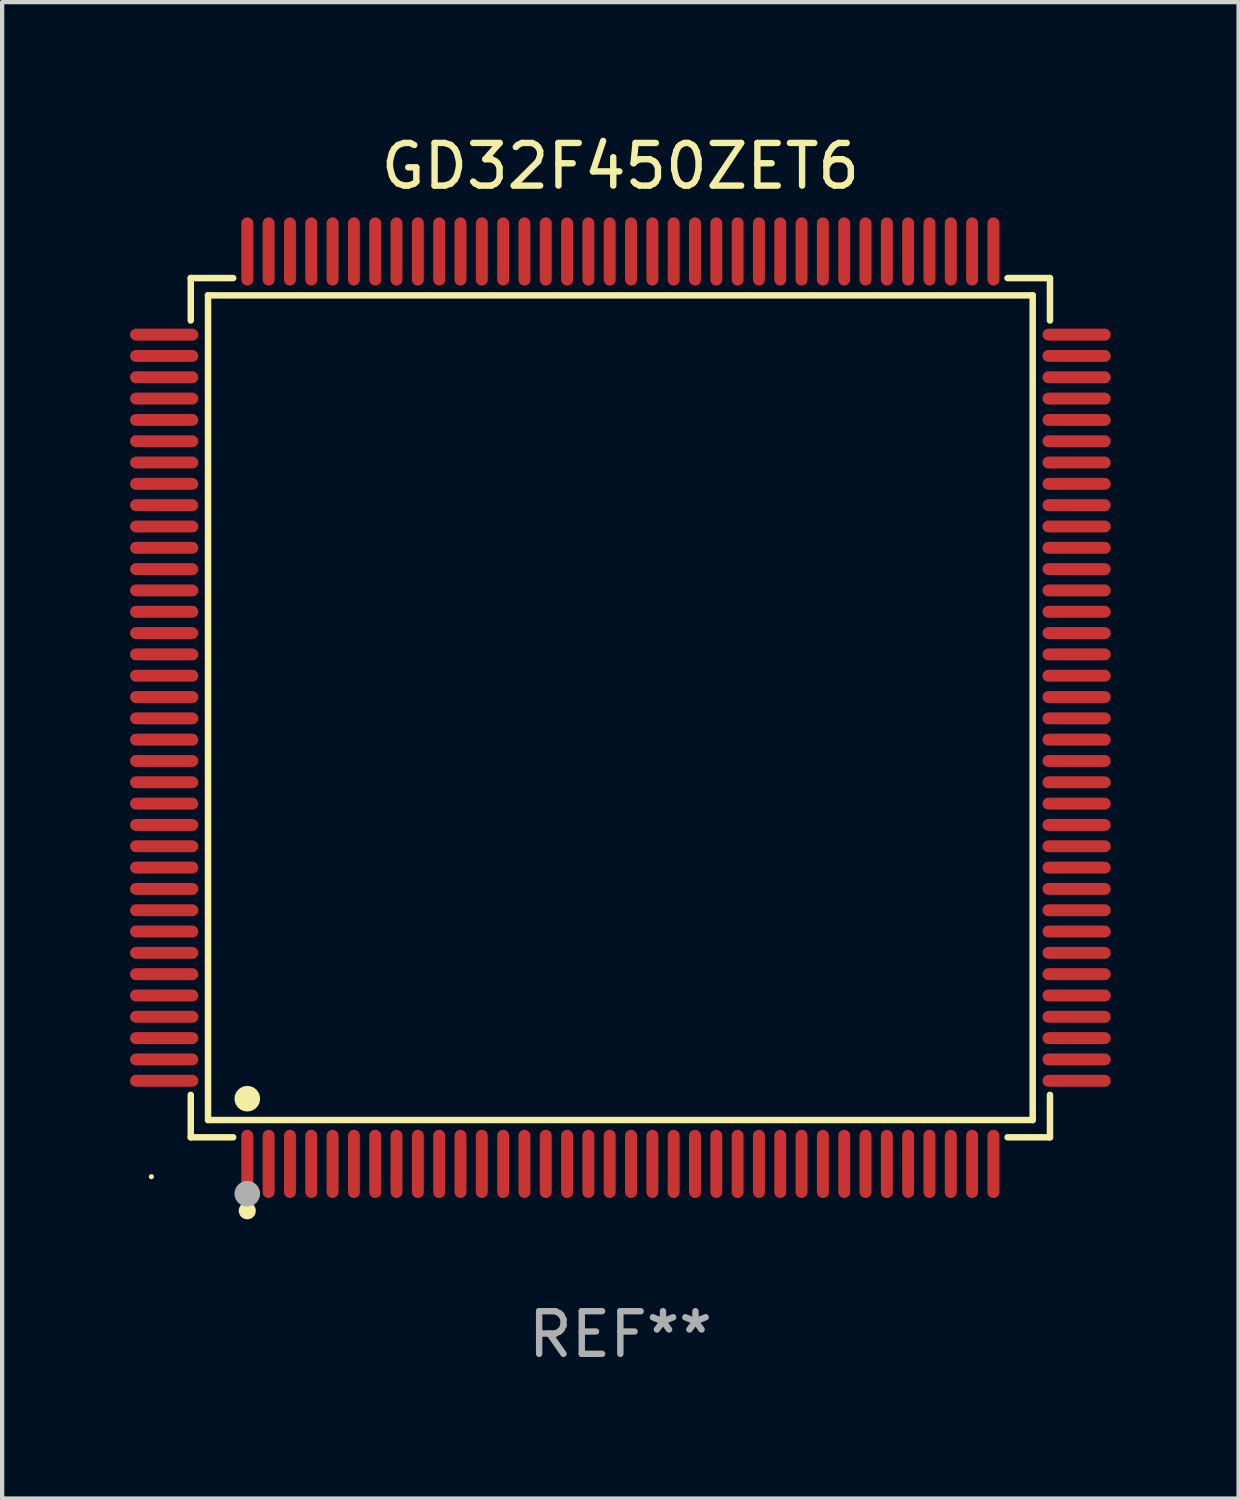
<source format=kicad_pcb>
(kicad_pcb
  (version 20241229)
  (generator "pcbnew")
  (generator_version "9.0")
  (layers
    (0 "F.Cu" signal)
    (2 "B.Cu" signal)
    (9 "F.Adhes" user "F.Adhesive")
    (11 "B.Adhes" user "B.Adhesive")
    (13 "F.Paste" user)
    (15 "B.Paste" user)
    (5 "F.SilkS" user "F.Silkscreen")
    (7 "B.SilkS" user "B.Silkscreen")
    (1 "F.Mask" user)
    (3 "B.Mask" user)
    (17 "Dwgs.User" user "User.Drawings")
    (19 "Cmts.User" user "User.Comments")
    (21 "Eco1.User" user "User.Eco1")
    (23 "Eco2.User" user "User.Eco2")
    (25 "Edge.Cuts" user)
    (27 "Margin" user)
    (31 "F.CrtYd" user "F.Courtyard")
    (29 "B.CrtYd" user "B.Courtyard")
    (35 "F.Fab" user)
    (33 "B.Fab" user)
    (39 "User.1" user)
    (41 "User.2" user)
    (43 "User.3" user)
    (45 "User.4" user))
  (footprint "GD32F450ZET6"
    (layer "F.Cu")
    (at 11.5 13.548)
    (property "Reference" "GD32F450ZET6" (at 0 -12.7 0) (layer "F.SilkS") (effects (font (size 1 1) (thickness 0.15))))
    (attr through_hole)
    (fp_line (start -10.076 -10.076) (end -9.081 -10.076) (stroke (width 0.152) (type solid)) (layer "F.SilkS"))
    (fp_line (start -10.076 -9.081) (end -10.076 -10.076) (stroke (width 0.152) (type solid)) (layer "F.SilkS"))
    (fp_line (start -10.076 9.081) (end -10.076 10.076) (stroke (width 0.152) (type solid)) (layer "F.SilkS"))
    (fp_line (start -10.076 10.076) (end -9.081 10.076) (stroke (width 0.152) (type solid)) (layer "F.SilkS"))
    (fp_line (start -9.671 -9.671) (end 9.671 -9.671) (stroke (width 0.152) (type solid)) (layer "F.SilkS"))
    (fp_line (start -9.671 9.671) (end -9.671 -9.671) (stroke (width 0.152) (type solid)) (layer "F.SilkS"))
    (fp_line (start 9.671 -9.671) (end 9.671 9.671) (stroke (width 0.152) (type solid)) (layer "F.SilkS"))
    (fp_line (start 9.671 9.671) (end -9.671 9.671) (stroke (width 0.152) (type solid)) (layer "F.SilkS"))
    (fp_line (start 10.076 -10.076) (end 9.081 -10.076) (stroke (width 0.152) (type solid)) (layer "F.SilkS"))
    (fp_line (start 10.076 -9.081) (end 10.076 -10.076) (stroke (width 0.152) (type solid)) (layer "F.SilkS"))
    (fp_line (start 10.076 9.081) (end 10.076 10.076) (stroke (width 0.152) (type solid)) (layer "F.SilkS"))
    (fp_line (start 10.076 10.076) (end 9.081 10.076) (stroke (width 0.152) (type solid)) (layer "F.SilkS"))
    (fp_circle (center -11 11) (end -10.97 11) (stroke (width 0.06) (type solid)) (fill no) (layer "F.SilkS"))
    (fp_circle (center -8.75 9.171) (end -8.6 9.171) (stroke (width 0.3) (type solid)) (fill no) (layer "F.SilkS"))
    (fp_circle (center -8.75 11.8) (end -8.65 11.8) (stroke (width 0.2) (type solid)) (fill no) (layer "F.SilkS"))
    (fp_circle (center -8.75 11.4) (end -8.6 11.4) (stroke (width 0.3) (type solid)) (fill no) (layer "F.Fab"))
    (fp_text user "REF**" (at 0 14.7 0) (layer "F.Fab") (effects (font (size 1 1) (thickness 0.15))))
    (pad "1" smd oval (at -8.75 10.7) (size 0.28 1.6) (layers "F.Cu" "F.Mask" "F.Paste"))
    (pad "2" smd oval (at -8.25 10.7) (size 0.28 1.6) (layers "F.Cu" "F.Mask" "F.Paste"))
    (pad "3" smd oval (at -7.75 10.7) (size 0.28 1.6) (layers "F.Cu" "F.Mask" "F.Paste"))
    (pad "4" smd oval (at -7.25 10.7) (size 0.28 1.6) (layers "F.Cu" "F.Mask" "F.Paste"))
    (pad "5" smd oval (at -6.75 10.7) (size 0.28 1.6) (layers "F.Cu" "F.Mask" "F.Paste"))
    (pad "6" smd oval (at -6.25 10.7) (size 0.28 1.6) (layers "F.Cu" "F.Mask" "F.Paste"))
    (pad "7" smd oval (at -5.75 10.7) (size 0.28 1.6) (layers "F.Cu" "F.Mask" "F.Paste"))
    (pad "8" smd oval (at -5.25 10.7) (size 0.28 1.6) (layers "F.Cu" "F.Mask" "F.Paste"))
    (pad "9" smd oval (at -4.75 10.7) (size 0.28 1.6) (layers "F.Cu" "F.Mask" "F.Paste"))
    (pad "10" smd oval (at -4.25 10.7) (size 0.28 1.6) (layers "F.Cu" "F.Mask" "F.Paste"))
    (pad "11" smd oval (at -3.75 10.7) (size 0.28 1.6) (layers "F.Cu" "F.Mask" "F.Paste"))
    (pad "12" smd oval (at -3.25 10.7) (size 0.28 1.6) (layers "F.Cu" "F.Mask" "F.Paste"))
    (pad "13" smd oval (at -2.75 10.7) (size 0.28 1.6) (layers "F.Cu" "F.Mask" "F.Paste"))
    (pad "14" smd oval (at -2.25 10.7) (size 0.28 1.6) (layers "F.Cu" "F.Mask" "F.Paste"))
    (pad "15" smd oval (at -1.75 10.7) (size 0.28 1.6) (layers "F.Cu" "F.Mask" "F.Paste"))
    (pad "16" smd oval (at -1.25 10.7) (size 0.28 1.6) (layers "F.Cu" "F.Mask" "F.Paste"))
    (pad "17" smd oval (at -0.75 10.7) (size 0.28 1.6) (layers "F.Cu" "F.Mask" "F.Paste"))
    (pad "18" smd oval (at -0.25 10.7) (size 0.28 1.6) (layers "F.Cu" "F.Mask" "F.Paste"))
    (pad "19" smd oval (at 0.25 10.7) (size 0.28 1.6) (layers "F.Cu" "F.Mask" "F.Paste"))
    (pad "20" smd oval (at 0.75 10.7) (size 0.28 1.6) (layers "F.Cu" "F.Mask" "F.Paste"))
    (pad "21" smd oval (at 1.25 10.7) (size 0.28 1.6) (layers "F.Cu" "F.Mask" "F.Paste"))
    (pad "22" smd oval (at 1.75 10.7) (size 0.28 1.6) (layers "F.Cu" "F.Mask" "F.Paste"))
    (pad "23" smd oval (at 2.25 10.7) (size 0.28 1.6) (layers "F.Cu" "F.Mask" "F.Paste"))
    (pad "24" smd oval (at 2.75 10.7) (size 0.28 1.6) (layers "F.Cu" "F.Mask" "F.Paste"))
    (pad "25" smd oval (at 3.25 10.7) (size 0.28 1.6) (layers "F.Cu" "F.Mask" "F.Paste"))
    (pad "26" smd oval (at 3.75 10.7) (size 0.28 1.6) (layers "F.Cu" "F.Mask" "F.Paste"))
    (pad "27" smd oval (at 4.25 10.7) (size 0.28 1.6) (layers "F.Cu" "F.Mask" "F.Paste"))
    (pad "28" smd oval (at 4.75 10.7) (size 0.28 1.6) (layers "F.Cu" "F.Mask" "F.Paste"))
    (pad "29" smd oval (at 5.25 10.7) (size 0.28 1.6) (layers "F.Cu" "F.Mask" "F.Paste"))
    (pad "30" smd oval (at 5.75 10.7) (size 0.28 1.6) (layers "F.Cu" "F.Mask" "F.Paste"))
    (pad "31" smd oval (at 6.25 10.7) (size 0.28 1.6) (layers "F.Cu" "F.Mask" "F.Paste"))
    (pad "32" smd oval (at 6.75 10.7) (size 0.28 1.6) (layers "F.Cu" "F.Mask" "F.Paste"))
    (pad "33" smd oval (at 7.25 10.7) (size 0.28 1.6) (layers "F.Cu" "F.Mask" "F.Paste"))
    (pad "34" smd oval (at 7.75 10.7) (size 0.28 1.6) (layers "F.Cu" "F.Mask" "F.Paste"))
    (pad "35" smd oval (at 8.25 10.7) (size 0.28 1.6) (layers "F.Cu" "F.Mask" "F.Paste"))
    (pad "36" smd oval (at 8.75 10.7) (size 0.28 1.6) (layers "F.Cu" "F.Mask" "F.Paste"))
    (pad "37" smd oval (at 10.7 8.75) (size 1.6 0.28) (layers "F.Cu" "F.Mask" "F.Paste"))
    (pad "38" smd oval (at 10.7 8.25) (size 1.6 0.28) (layers "F.Cu" "F.Mask" "F.Paste"))
    (pad "39" smd oval (at 10.7 7.75) (size 1.6 0.28) (layers "F.Cu" "F.Mask" "F.Paste"))
    (pad "40" smd oval (at 10.7 7.25) (size 1.6 0.28) (layers "F.Cu" "F.Mask" "F.Paste"))
    (pad "41" smd oval (at 10.7 6.75) (size 1.6 0.28) (layers "F.Cu" "F.Mask" "F.Paste"))
    (pad "42" smd oval (at 10.7 6.25) (size 1.6 0.28) (layers "F.Cu" "F.Mask" "F.Paste"))
    (pad "43" smd oval (at 10.7 5.75) (size 1.6 0.28) (layers "F.Cu" "F.Mask" "F.Paste"))
    (pad "44" smd oval (at 10.7 5.25) (size 1.6 0.28) (layers "F.Cu" "F.Mask" "F.Paste"))
    (pad "45" smd oval (at 10.7 4.75) (size 1.6 0.28) (layers "F.Cu" "F.Mask" "F.Paste"))
    (pad "46" smd oval (at 10.7 4.25) (size 1.6 0.28) (layers "F.Cu" "F.Mask" "F.Paste"))
    (pad "47" smd oval (at 10.7 3.75) (size 1.6 0.28) (layers "F.Cu" "F.Mask" "F.Paste"))
    (pad "48" smd oval (at 10.7 3.25) (size 1.6 0.28) (layers "F.Cu" "F.Mask" "F.Paste"))
    (pad "49" smd oval (at 10.7 2.75) (size 1.6 0.28) (layers "F.Cu" "F.Mask" "F.Paste"))
    (pad "50" smd oval (at 10.7 2.25) (size 1.6 0.28) (layers "F.Cu" "F.Mask" "F.Paste"))
    (pad "51" smd oval (at 10.7 1.75) (size 1.6 0.28) (layers "F.Cu" "F.Mask" "F.Paste"))
    (pad "52" smd oval (at 10.7 1.25) (size 1.6 0.28) (layers "F.Cu" "F.Mask" "F.Paste"))
    (pad "53" smd oval (at 10.7 0.75) (size 1.6 0.28) (layers "F.Cu" "F.Mask" "F.Paste"))
    (pad "54" smd oval (at 10.7 0.25) (size 1.6 0.28) (layers "F.Cu" "F.Mask" "F.Paste"))
    (pad "55" smd oval (at 10.7 -0.25) (size 1.6 0.28) (layers "F.Cu" "F.Mask" "F.Paste"))
    (pad "56" smd oval (at 10.7 -0.75) (size 1.6 0.28) (layers "F.Cu" "F.Mask" "F.Paste"))
    (pad "57" smd oval (at 10.7 -1.25) (size 1.6 0.28) (layers "F.Cu" "F.Mask" "F.Paste"))
    (pad "58" smd oval (at 10.7 -1.75) (size 1.6 0.28) (layers "F.Cu" "F.Mask" "F.Paste"))
    (pad "59" smd oval (at 10.7 -2.25) (size 1.6 0.28) (layers "F.Cu" "F.Mask" "F.Paste"))
    (pad "60" smd oval (at 10.7 -2.75) (size 1.6 0.28) (layers "F.Cu" "F.Mask" "F.Paste"))
    (pad "61" smd oval (at 10.7 -3.25) (size 1.6 0.28) (layers "F.Cu" "F.Mask" "F.Paste"))
    (pad "62" smd oval (at 10.7 -3.75) (size 1.6 0.28) (layers "F.Cu" "F.Mask" "F.Paste"))
    (pad "63" smd oval (at 10.7 -4.25) (size 1.6 0.28) (layers "F.Cu" "F.Mask" "F.Paste"))
    (pad "64" smd oval (at 10.7 -4.75) (size 1.6 0.28) (layers "F.Cu" "F.Mask" "F.Paste"))
    (pad "65" smd oval (at 10.7 -5.25) (size 1.6 0.28) (layers "F.Cu" "F.Mask" "F.Paste"))
    (pad "66" smd oval (at 10.7 -5.75) (size 1.6 0.28) (layers "F.Cu" "F.Mask" "F.Paste"))
    (pad "67" smd oval (at 10.7 -6.25) (size 1.6 0.28) (layers "F.Cu" "F.Mask" "F.Paste"))
    (pad "68" smd oval (at 10.7 -6.75) (size 1.6 0.28) (layers "F.Cu" "F.Mask" "F.Paste"))
    (pad "69" smd oval (at 10.7 -7.25) (size 1.6 0.28) (layers "F.Cu" "F.Mask" "F.Paste"))
    (pad "70" smd oval (at 10.7 -7.75) (size 1.6 0.28) (layers "F.Cu" "F.Mask" "F.Paste"))
    (pad "71" smd oval (at 10.7 -8.25) (size 1.6 0.28) (layers "F.Cu" "F.Mask" "F.Paste"))
    (pad "72" smd oval (at 10.7 -8.75) (size 1.6 0.28) (layers "F.Cu" "F.Mask" "F.Paste"))
    (pad "73" smd oval (at 8.75 -10.7) (size 0.28 1.6) (layers "F.Cu" "F.Mask" "F.Paste"))
    (pad "74" smd oval (at 8.25 -10.7) (size 0.28 1.6) (layers "F.Cu" "F.Mask" "F.Paste"))
    (pad "75" smd oval (at 7.75 -10.7) (size 0.28 1.6) (layers "F.Cu" "F.Mask" "F.Paste"))
    (pad "76" smd oval (at 7.25 -10.7) (size 0.28 1.6) (layers "F.Cu" "F.Mask" "F.Paste"))
    (pad "77" smd oval (at 6.75 -10.7) (size 0.28 1.6) (layers "F.Cu" "F.Mask" "F.Paste"))
    (pad "78" smd oval (at 6.25 -10.7) (size 0.28 1.6) (layers "F.Cu" "F.Mask" "F.Paste"))
    (pad "79" smd oval (at 5.75 -10.7) (size 0.28 1.6) (layers "F.Cu" "F.Mask" "F.Paste"))
    (pad "80" smd oval (at 5.25 -10.7) (size 0.28 1.6) (layers "F.Cu" "F.Mask" "F.Paste"))
    (pad "81" smd oval (at 4.75 -10.7) (size 0.28 1.6) (layers "F.Cu" "F.Mask" "F.Paste"))
    (pad "82" smd oval (at 4.25 -10.7) (size 0.28 1.6) (layers "F.Cu" "F.Mask" "F.Paste"))
    (pad "83" smd oval (at 3.75 -10.7) (size 0.28 1.6) (layers "F.Cu" "F.Mask" "F.Paste"))
    (pad "84" smd oval (at 3.25 -10.7) (size 0.28 1.6) (layers "F.Cu" "F.Mask" "F.Paste"))
    (pad "85" smd oval (at 2.75 -10.7) (size 0.28 1.6) (layers "F.Cu" "F.Mask" "F.Paste"))
    (pad "86" smd oval (at 2.25 -10.7) (size 0.28 1.6) (layers "F.Cu" "F.Mask" "F.Paste"))
    (pad "87" smd oval (at 1.75 -10.7) (size 0.28 1.6) (layers "F.Cu" "F.Mask" "F.Paste"))
    (pad "88" smd oval (at 1.25 -10.7) (size 0.28 1.6) (layers "F.Cu" "F.Mask" "F.Paste"))
    (pad "89" smd oval (at 0.75 -10.7) (size 0.28 1.6) (layers "F.Cu" "F.Mask" "F.Paste"))
    (pad "90" smd oval (at 0.25 -10.7) (size 0.28 1.6) (layers "F.Cu" "F.Mask" "F.Paste"))
    (pad "91" smd oval (at -0.25 -10.7) (size 0.28 1.6) (layers "F.Cu" "F.Mask" "F.Paste"))
    (pad "92" smd oval (at -0.75 -10.7) (size 0.28 1.6) (layers "F.Cu" "F.Mask" "F.Paste"))
    (pad "93" smd oval (at -1.25 -10.7) (size 0.28 1.6) (layers "F.Cu" "F.Mask" "F.Paste"))
    (pad "94" smd oval (at -1.75 -10.7) (size 0.28 1.6) (layers "F.Cu" "F.Mask" "F.Paste"))
    (pad "95" smd oval (at -2.25 -10.7) (size 0.28 1.6) (layers "F.Cu" "F.Mask" "F.Paste"))
    (pad "96" smd oval (at -2.75 -10.7) (size 0.28 1.6) (layers "F.Cu" "F.Mask" "F.Paste"))
    (pad "97" smd oval (at -3.25 -10.7) (size 0.28 1.6) (layers "F.Cu" "F.Mask" "F.Paste"))
    (pad "98" smd oval (at -3.75 -10.7) (size 0.28 1.6) (layers "F.Cu" "F.Mask" "F.Paste"))
    (pad "99" smd oval (at -4.25 -10.7) (size 0.28 1.6) (layers "F.Cu" "F.Mask" "F.Paste"))
    (pad "100" smd oval (at -4.75 -10.7) (size 0.28 1.6) (layers "F.Cu" "F.Mask" "F.Paste"))
    (pad "101" smd oval (at -5.25 -10.7) (size 0.28 1.6) (layers "F.Cu" "F.Mask" "F.Paste"))
    (pad "102" smd oval (at -5.75 -10.7) (size 0.28 1.6) (layers "F.Cu" "F.Mask" "F.Paste"))
    (pad "103" smd oval (at -6.25 -10.7) (size 0.28 1.6) (layers "F.Cu" "F.Mask" "F.Paste"))
    (pad "104" smd oval (at -6.75 -10.7) (size 0.28 1.6) (layers "F.Cu" "F.Mask" "F.Paste"))
    (pad "105" smd oval (at -7.25 -10.7) (size 0.28 1.6) (layers "F.Cu" "F.Mask" "F.Paste"))
    (pad "106" smd oval (at -7.75 -10.7) (size 0.28 1.6) (layers "F.Cu" "F.Mask" "F.Paste"))
    (pad "107" smd oval (at -8.25 -10.7) (size 0.28 1.6) (layers "F.Cu" "F.Mask" "F.Paste"))
    (pad "108" smd oval (at -8.75 -10.7) (size 0.28 1.6) (layers "F.Cu" "F.Mask" "F.Paste"))
    (pad "109" smd oval (at -10.7 -8.75) (size 1.6 0.28) (layers "F.Cu" "F.Mask" "F.Paste"))
    (pad "110" smd oval (at -10.7 -8.25) (size 1.6 0.28) (layers "F.Cu" "F.Mask" "F.Paste"))
    (pad "111" smd oval (at -10.7 -7.75) (size 1.6 0.28) (layers "F.Cu" "F.Mask" "F.Paste"))
    (pad "112" smd oval (at -10.7 -7.25) (size 1.6 0.28) (layers "F.Cu" "F.Mask" "F.Paste"))
    (pad "113" smd oval (at -10.7 -6.75) (size 1.6 0.28) (layers "F.Cu" "F.Mask" "F.Paste"))
    (pad "114" smd oval (at -10.7 -6.25) (size 1.6 0.28) (layers "F.Cu" "F.Mask" "F.Paste"))
    (pad "115" smd oval (at -10.7 -5.75) (size 1.6 0.28) (layers "F.Cu" "F.Mask" "F.Paste"))
    (pad "116" smd oval (at -10.7 -5.25) (size 1.6 0.28) (layers "F.Cu" "F.Mask" "F.Paste"))
    (pad "117" smd oval (at -10.7 -4.75) (size 1.6 0.28) (layers "F.Cu" "F.Mask" "F.Paste"))
    (pad "118" smd oval (at -10.7 -4.25) (size 1.6 0.28) (layers "F.Cu" "F.Mask" "F.Paste"))
    (pad "119" smd oval (at -10.7 -3.75) (size 1.6 0.28) (layers "F.Cu" "F.Mask" "F.Paste"))
    (pad "120" smd oval (at -10.7 -3.25) (size 1.6 0.28) (layers "F.Cu" "F.Mask" "F.Paste"))
    (pad "121" smd oval (at -10.7 -2.75) (size 1.6 0.28) (layers "F.Cu" "F.Mask" "F.Paste"))
    (pad "122" smd oval (at -10.7 -2.25) (size 1.6 0.28) (layers "F.Cu" "F.Mask" "F.Paste"))
    (pad "123" smd oval (at -10.7 -1.75) (size 1.6 0.28) (layers "F.Cu" "F.Mask" "F.Paste"))
    (pad "124" smd oval (at -10.7 -1.25) (size 1.6 0.28) (layers "F.Cu" "F.Mask" "F.Paste"))
    (pad "125" smd oval (at -10.7 -0.75) (size 1.6 0.28) (layers "F.Cu" "F.Mask" "F.Paste"))
    (pad "126" smd oval (at -10.7 -0.25) (size 1.6 0.28) (layers "F.Cu" "F.Mask" "F.Paste"))
    (pad "127" smd oval (at -10.7 0.25) (size 1.6 0.28) (layers "F.Cu" "F.Mask" "F.Paste"))
    (pad "128" smd oval (at -10.7 0.75) (size 1.6 0.28) (layers "F.Cu" "F.Mask" "F.Paste"))
    (pad "129" smd oval (at -10.7 1.25) (size 1.6 0.28) (layers "F.Cu" "F.Mask" "F.Paste"))
    (pad "130" smd oval (at -10.7 1.75) (size 1.6 0.28) (layers "F.Cu" "F.Mask" "F.Paste"))
    (pad "131" smd oval (at -10.7 2.25) (size 1.6 0.28) (layers "F.Cu" "F.Mask" "F.Paste"))
    (pad "132" smd oval (at -10.7 2.75) (size 1.6 0.28) (layers "F.Cu" "F.Mask" "F.Paste"))
    (pad "133" smd oval (at -10.7 3.25) (size 1.6 0.28) (layers "F.Cu" "F.Mask" "F.Paste"))
    (pad "134" smd oval (at -10.7 3.75) (size 1.6 0.28) (layers "F.Cu" "F.Mask" "F.Paste"))
    (pad "135" smd oval (at -10.7 4.25) (size 1.6 0.28) (layers "F.Cu" "F.Mask" "F.Paste"))
    (pad "136" smd oval (at -10.7 4.75) (size 1.6 0.28) (layers "F.Cu" "F.Mask" "F.Paste"))
    (pad "137" smd oval (at -10.7 5.25) (size 1.6 0.28) (layers "F.Cu" "F.Mask" "F.Paste"))
    (pad "138" smd oval (at -10.7 5.75) (size 1.6 0.28) (layers "F.Cu" "F.Mask" "F.Paste"))
    (pad "139" smd oval (at -10.7 6.25) (size 1.6 0.28) (layers "F.Cu" "F.Mask" "F.Paste"))
    (pad "140" smd oval (at -10.7 6.75) (size 1.6 0.28) (layers "F.Cu" "F.Mask" "F.Paste"))
    (pad "141" smd oval (at -10.7 7.25) (size 1.6 0.28) (layers "F.Cu" "F.Mask" "F.Paste"))
    (pad "142" smd oval (at -10.7 7.75) (size 1.6 0.28) (layers "F.Cu" "F.Mask" "F.Paste"))
    (pad "143" smd oval (at -10.7 8.25) (size 1.6 0.28) (layers "F.Cu" "F.Mask" "F.Paste"))
    (pad "144" smd oval (at -10.7 8.75) (size 1.6 0.28) (layers "F.Cu" "F.Mask" "F.Paste")))
  (gr_rect
    (start -3 -3)
    (end 26 32.097)
    (stroke (width 0.1) (type default))
    (fill no)
    (layer "Edge.Cuts")))
</source>
